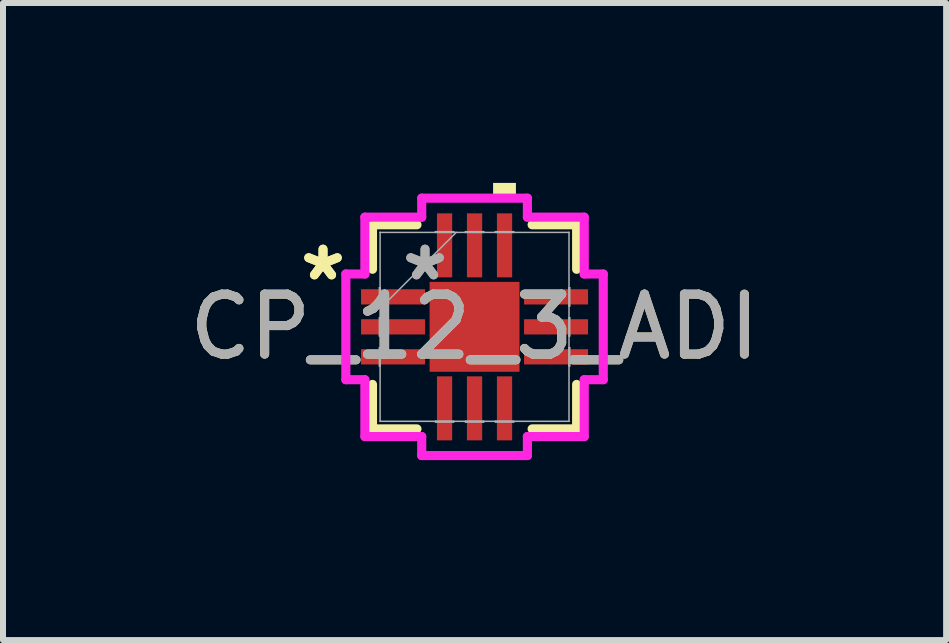
<source format=kicad_pcb>
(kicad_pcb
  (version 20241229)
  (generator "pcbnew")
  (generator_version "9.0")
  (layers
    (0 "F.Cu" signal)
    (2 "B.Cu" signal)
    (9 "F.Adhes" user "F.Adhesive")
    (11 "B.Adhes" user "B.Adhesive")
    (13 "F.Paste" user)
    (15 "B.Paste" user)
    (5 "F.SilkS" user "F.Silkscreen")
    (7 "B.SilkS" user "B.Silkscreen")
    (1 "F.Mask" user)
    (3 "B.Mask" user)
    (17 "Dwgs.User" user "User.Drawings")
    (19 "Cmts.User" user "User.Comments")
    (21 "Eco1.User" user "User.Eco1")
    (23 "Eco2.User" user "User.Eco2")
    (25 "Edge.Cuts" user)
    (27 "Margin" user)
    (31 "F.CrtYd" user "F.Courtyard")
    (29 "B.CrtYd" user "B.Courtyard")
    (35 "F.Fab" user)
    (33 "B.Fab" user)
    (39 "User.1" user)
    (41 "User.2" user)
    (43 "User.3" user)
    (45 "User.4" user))
  (footprint "CP_12_3_ADI"
    (layer "F.Cu")
    (at 4.863 2.4)
    (property "Reference" "CP_12_3_ADI" (at 0 0 0) (unlocked yes) (layer "F.SilkS") (effects (font (size 1 1) (thickness 0.15))))
    (attr smd)
    (fp_line (start -1.702 -1.702) (end -1.702 -0.96) (stroke (width 0.152) (type solid)) (layer "F.SilkS"))
    (fp_line (start -1.702 0.96) (end -1.702 1.702) (stroke (width 0.152) (type solid)) (layer "F.SilkS"))
    (fp_line (start -1.702 1.702) (end -0.96 1.702) (stroke (width 0.152) (type solid)) (layer "F.SilkS"))
    (fp_line (start -0.96 -1.702) (end -1.702 -1.702) (stroke (width 0.152) (type solid)) (layer "F.SilkS"))
    (fp_line (start 0.96 1.702) (end 1.702 1.702) (stroke (width 0.152) (type solid)) (layer "F.SilkS"))
    (fp_line (start 1.702 -1.702) (end 0.96 -1.702) (stroke (width 0.152) (type solid)) (layer "F.SilkS"))
    (fp_line (start 1.702 -0.96) (end 1.702 -1.702) (stroke (width 0.152) (type solid)) (layer "F.SilkS"))
    (fp_line (start 1.702 1.702) (end 1.702 0.96) (stroke (width 0.152) (type solid)) (layer "F.SilkS"))
    (fp_poly (pts (xy 0.309 -2.146) (xy 0.309 -2.4) (xy 0.69 -2.4) (xy 0.69 -2.146)) (stroke (width 0) (type solid)) (fill yes) (layer "F.SilkS"))
    (fp_line (start -2.146 -0.881) (end -1.829 -0.881) (stroke (width 0.152) (type solid)) (layer "F.CrtYd"))
    (fp_line (start -2.146 0.881) (end -2.146 -0.881) (stroke (width 0.152) (type solid)) (layer "F.CrtYd"))
    (fp_line (start -1.829 -1.829) (end -0.881 -1.829) (stroke (width 0.152) (type solid)) (layer "F.CrtYd"))
    (fp_line (start -1.829 -0.881) (end -1.829 -1.829) (stroke (width 0.152) (type solid)) (layer "F.CrtYd"))
    (fp_line (start -1.829 0.881) (end -2.146 0.881) (stroke (width 0.152) (type solid)) (layer "F.CrtYd"))
    (fp_line (start -1.829 1.829) (end -1.829 0.881) (stroke (width 0.152) (type solid)) (layer "F.CrtYd"))
    (fp_line (start -0.881 -2.146) (end 0.881 -2.146) (stroke (width 0.152) (type solid)) (layer "F.CrtYd"))
    (fp_line (start -0.881 -1.829) (end -0.881 -2.146) (stroke (width 0.152) (type solid)) (layer "F.CrtYd"))
    (fp_line (start -0.881 1.829) (end -1.829 1.829) (stroke (width 0.152) (type solid)) (layer "F.CrtYd"))
    (fp_line (start -0.881 2.146) (end -0.881 1.829) (stroke (width 0.152) (type solid)) (layer "F.CrtYd"))
    (fp_line (start 0.881 -2.146) (end 0.881 -1.829) (stroke (width 0.152) (type solid)) (layer "F.CrtYd"))
    (fp_line (start 0.881 -1.829) (end 1.829 -1.829) (stroke (width 0.152) (type solid)) (layer "F.CrtYd"))
    (fp_line (start 0.881 1.829) (end 0.881 2.146) (stroke (width 0.152) (type solid)) (layer "F.CrtYd"))
    (fp_line (start 0.881 2.146) (end -0.881 2.146) (stroke (width 0.152) (type solid)) (layer "F.CrtYd"))
    (fp_line (start 1.829 -1.829) (end 1.829 -0.881) (stroke (width 0.152) (type solid)) (layer "F.CrtYd"))
    (fp_line (start 1.829 -0.881) (end 2.146 -0.881) (stroke (width 0.152) (type solid)) (layer "F.CrtYd"))
    (fp_line (start 1.829 0.881) (end 1.829 1.829) (stroke (width 0.152) (type solid)) (layer "F.CrtYd"))
    (fp_line (start 1.829 1.829) (end 0.881 1.829) (stroke (width 0.152) (type solid)) (layer "F.CrtYd"))
    (fp_line (start 2.146 -0.881) (end 2.146 0.881) (stroke (width 0.152) (type solid)) (layer "F.CrtYd"))
    (fp_line (start 2.146 0.881) (end 1.829 0.881) (stroke (width 0.152) (type solid)) (layer "F.CrtYd"))
    (fp_line (start -1.587 -0.652) (end -1.587 -0.348) (stroke (width 0.025) (type solid)) (layer "F.Fab"))
    (fp_line (start -1.587 -0.348) (end -1.575 -0.348) (stroke (width 0.025) (type solid)) (layer "F.Fab"))
    (fp_line (start -1.587 -0.152) (end -1.587 0.152) (stroke (width 0.025) (type solid)) (layer "F.Fab"))
    (fp_line (start -1.587 0.152) (end -1.575 0.152) (stroke (width 0.025) (type solid)) (layer "F.Fab"))
    (fp_line (start -1.587 0.348) (end -1.587 0.652) (stroke (width 0.025) (type solid)) (layer "F.Fab"))
    (fp_line (start -1.587 0.652) (end -1.575 0.652) (stroke (width 0.025) (type solid)) (layer "F.Fab"))
    (fp_line (start -1.575 -1.575) (end -1.575 -1.575) (stroke (width 0.025) (type solid)) (layer "F.Fab"))
    (fp_line (start -1.575 -1.575) (end -1.575 1.575) (stroke (width 0.025) (type solid)) (layer "F.Fab"))
    (fp_line (start -1.575 -0.652) (end -1.587 -0.652) (stroke (width 0.025) (type solid)) (layer "F.Fab"))
    (fp_line (start -1.575 -0.348) (end -1.575 -0.652) (stroke (width 0.025) (type solid)) (layer "F.Fab"))
    (fp_line (start -1.575 -0.305) (end -0.305 -1.575) (stroke (width 0.025) (type solid)) (layer "F.Fab"))
    (fp_line (start -1.575 -0.152) (end -1.587 -0.152) (stroke (width 0.025) (type solid)) (layer "F.Fab"))
    (fp_line (start -1.575 0.152) (end -1.575 -0.152) (stroke (width 0.025) (type solid)) (layer "F.Fab"))
    (fp_line (start -1.575 0.348) (end -1.587 0.348) (stroke (width 0.025) (type solid)) (layer "F.Fab"))
    (fp_line (start -1.575 0.652) (end -1.575 0.348) (stroke (width 0.025) (type solid)) (layer "F.Fab"))
    (fp_line (start -1.575 1.575) (end -1.575 1.575) (stroke (width 0.025) (type solid)) (layer "F.Fab"))
    (fp_line (start -1.575 1.575) (end 1.575 1.575) (stroke (width 0.025) (type solid)) (layer "F.Fab"))
    (fp_line (start -0.652 -1.587) (end -0.652 -1.575) (stroke (width 0.025) (type solid)) (layer "F.Fab"))
    (fp_line (start -0.652 -1.575) (end -0.348 -1.575) (stroke (width 0.025) (type solid)) (layer "F.Fab"))
    (fp_line (start -0.652 1.575) (end -0.652 1.587) (stroke (width 0.025) (type solid)) (layer "F.Fab"))
    (fp_line (start -0.652 1.587) (end -0.348 1.587) (stroke (width 0.025) (type solid)) (layer "F.Fab"))
    (fp_line (start -0.348 -1.587) (end -0.652 -1.587) (stroke (width 0.025) (type solid)) (layer "F.Fab"))
    (fp_line (start -0.348 -1.575) (end -0.348 -1.587) (stroke (width 0.025) (type solid)) (layer "F.Fab"))
    (fp_line (start -0.348 1.575) (end -0.652 1.575) (stroke (width 0.025) (type solid)) (layer "F.Fab"))
    (fp_line (start -0.348 1.587) (end -0.348 1.575) (stroke (width 0.025) (type solid)) (layer "F.Fab"))
    (fp_line (start -0.152 -1.587) (end -0.152 -1.575) (stroke (width 0.025) (type solid)) (layer "F.Fab"))
    (fp_line (start -0.152 -1.575) (end 0.152 -1.575) (stroke (width 0.025) (type solid)) (layer "F.Fab"))
    (fp_line (start -0.152 1.575) (end -0.152 1.587) (stroke (width 0.025) (type solid)) (layer "F.Fab"))
    (fp_line (start -0.152 1.587) (end 0.152 1.587) (stroke (width 0.025) (type solid)) (layer "F.Fab"))
    (fp_line (start 0.152 -1.587) (end -0.152 -1.587) (stroke (width 0.025) (type solid)) (layer "F.Fab"))
    (fp_line (start 0.152 -1.575) (end 0.152 -1.587) (stroke (width 0.025) (type solid)) (layer "F.Fab"))
    (fp_line (start 0.152 1.575) (end -0.152 1.575) (stroke (width 0.025) (type solid)) (layer "F.Fab"))
    (fp_line (start 0.152 1.587) (end 0.152 1.575) (stroke (width 0.025) (type solid)) (layer "F.Fab"))
    (fp_line (start 0.348 -1.587) (end 0.348 -1.575) (stroke (width 0.025) (type solid)) (layer "F.Fab"))
    (fp_line (start 0.348 -1.575) (end 0.652 -1.575) (stroke (width 0.025) (type solid)) (layer "F.Fab"))
    (fp_line (start 0.348 1.575) (end 0.348 1.587) (stroke (width 0.025) (type solid)) (layer "F.Fab"))
    (fp_line (start 0.348 1.587) (end 0.652 1.587) (stroke (width 0.025) (type solid)) (layer "F.Fab"))
    (fp_line (start 0.652 -1.587) (end 0.348 -1.587) (stroke (width 0.025) (type solid)) (layer "F.Fab"))
    (fp_line (start 0.652 -1.575) (end 0.652 -1.587) (stroke (width 0.025) (type solid)) (layer "F.Fab"))
    (fp_line (start 0.652 1.575) (end 0.348 1.575) (stroke (width 0.025) (type solid)) (layer "F.Fab"))
    (fp_line (start 0.652 1.587) (end 0.652 1.575) (stroke (width 0.025) (type solid)) (layer "F.Fab"))
    (fp_line (start 1.575 -1.575) (end -1.575 -1.575) (stroke (width 0.025) (type solid)) (layer "F.Fab"))
    (fp_line (start 1.575 -1.575) (end 1.575 -1.575) (stroke (width 0.025) (type solid)) (layer "F.Fab"))
    (fp_line (start 1.575 -0.652) (end 1.575 -0.348) (stroke (width 0.025) (type solid)) (layer "F.Fab"))
    (fp_line (start 1.575 -0.348) (end 1.587 -0.348) (stroke (width 0.025) (type solid)) (layer "F.Fab"))
    (fp_line (start 1.575 -0.152) (end 1.575 0.152) (stroke (width 0.025) (type solid)) (layer "F.Fab"))
    (fp_line (start 1.575 0.152) (end 1.587 0.152) (stroke (width 0.025) (type solid)) (layer "F.Fab"))
    (fp_line (start 1.575 0.348) (end 1.575 0.652) (stroke (width 0.025) (type solid)) (layer "F.Fab"))
    (fp_line (start 1.575 0.652) (end 1.587 0.652) (stroke (width 0.025) (type solid)) (layer "F.Fab"))
    (fp_line (start 1.575 1.575) (end 1.575 -1.575) (stroke (width 0.025) (type solid)) (layer "F.Fab"))
    (fp_line (start 1.575 1.575) (end 1.575 1.575) (stroke (width 0.025) (type solid)) (layer "F.Fab"))
    (fp_line (start 1.587 -0.652) (end 1.575 -0.652) (stroke (width 0.025) (type solid)) (layer "F.Fab"))
    (fp_line (start 1.587 -0.348) (end 1.587 -0.652) (stroke (width 0.025) (type solid)) (layer "F.Fab"))
    (fp_line (start 1.587 -0.152) (end 1.575 -0.152) (stroke (width 0.025) (type solid)) (layer "F.Fab"))
    (fp_line (start 1.587 0.152) (end 1.587 -0.152) (stroke (width 0.025) (type solid)) (layer "F.Fab"))
    (fp_line (start 1.587 0.348) (end 1.575 0.348) (stroke (width 0.025) (type solid)) (layer "F.Fab"))
    (fp_line (start 1.587 0.652) (end 1.587 0.348) (stroke (width 0.025) (type solid)) (layer "F.Fab"))
    (fp_text user "*" (at -2.527 -0.75 0) (layer "F.SilkS") (effects (font (size 1 1) (thickness 0.15))))
    (fp_text user "*" (at -2.527 -0.75 0) (unlocked yes) (layer "F.SilkS") (effects (font (size 1 1) (thickness 0.15))))
    (fp_text user "*" (at -0.826 -0.75 0) (unlocked yes) (layer "F.Fab") (effects (font (size 1 1) (thickness 0.15))))
    (fp_text user "${REFERENCE}" (at 0 0 0) (unlocked yes) (layer "F.Fab") (effects (font (size 1 1) (thickness 0.15))))
    (fp_text user "*" (at -0.826 -0.75 0) (layer "F.Fab") (effects (font (size 1 1) (thickness 0.15))))
    (pad "1" smd rect (at -1.359 -0.5 90) (size 0.254 1.067) (layers "F.Cu" "F.Mask" "F.Paste"))
    (pad "2" smd rect (at -1.359 0 90) (size 0.254 1.067) (layers "F.Cu" "F.Mask" "F.Paste"))
    (pad "3" smd rect (at -1.359 0.5 90) (size 0.254 1.067) (layers "F.Cu" "F.Mask" "F.Paste"))
    (pad "4" smd rect (at -0.5 1.359) (size 0.254 1.067) (layers "F.Cu" "F.Mask" "F.Paste"))
    (pad "5" smd rect (at 0 1.359) (size 0.254 1.067) (layers "F.Cu" "F.Mask" "F.Paste"))
    (pad "6" smd rect (at 0.5 1.359) (size 0.254 1.067) (layers "F.Cu" "F.Mask" "F.Paste"))
    (pad "7" smd rect (at 1.359 0.5 90) (size 0.254 1.067) (layers "F.Cu" "F.Mask" "F.Paste"))
    (pad "8" smd rect (at 1.359 0 90) (size 0.254 1.067) (layers "F.Cu" "F.Mask" "F.Paste"))
    (pad "9" smd rect (at 1.359 -0.5 90) (size 0.254 1.067) (layers "F.Cu" "F.Mask" "F.Paste"))
    (pad "10" smd rect (at 0.5 -1.359) (size 0.254 1.067) (layers "F.Cu" "F.Mask" "F.Paste"))
    (pad "11" smd rect (at 0 -1.359) (size 0.254 1.067) (layers "F.Cu" "F.Mask" "F.Paste"))
    (pad "12" smd rect (at -0.5 -1.359) (size 0.254 1.067) (layers "F.Cu" "F.Mask" "F.Paste"))
    (pad "13" smd rect (at 0 0) (size 1.499 1.499) (layers "F.Cu" "F.Mask" "F.Paste")))
  (gr_rect
    (start -3 -3)
    (end 12.726 7.623)
    (stroke (width 0.1) (type default))
    (fill no)
    (layer "Edge.Cuts")))
</source>
